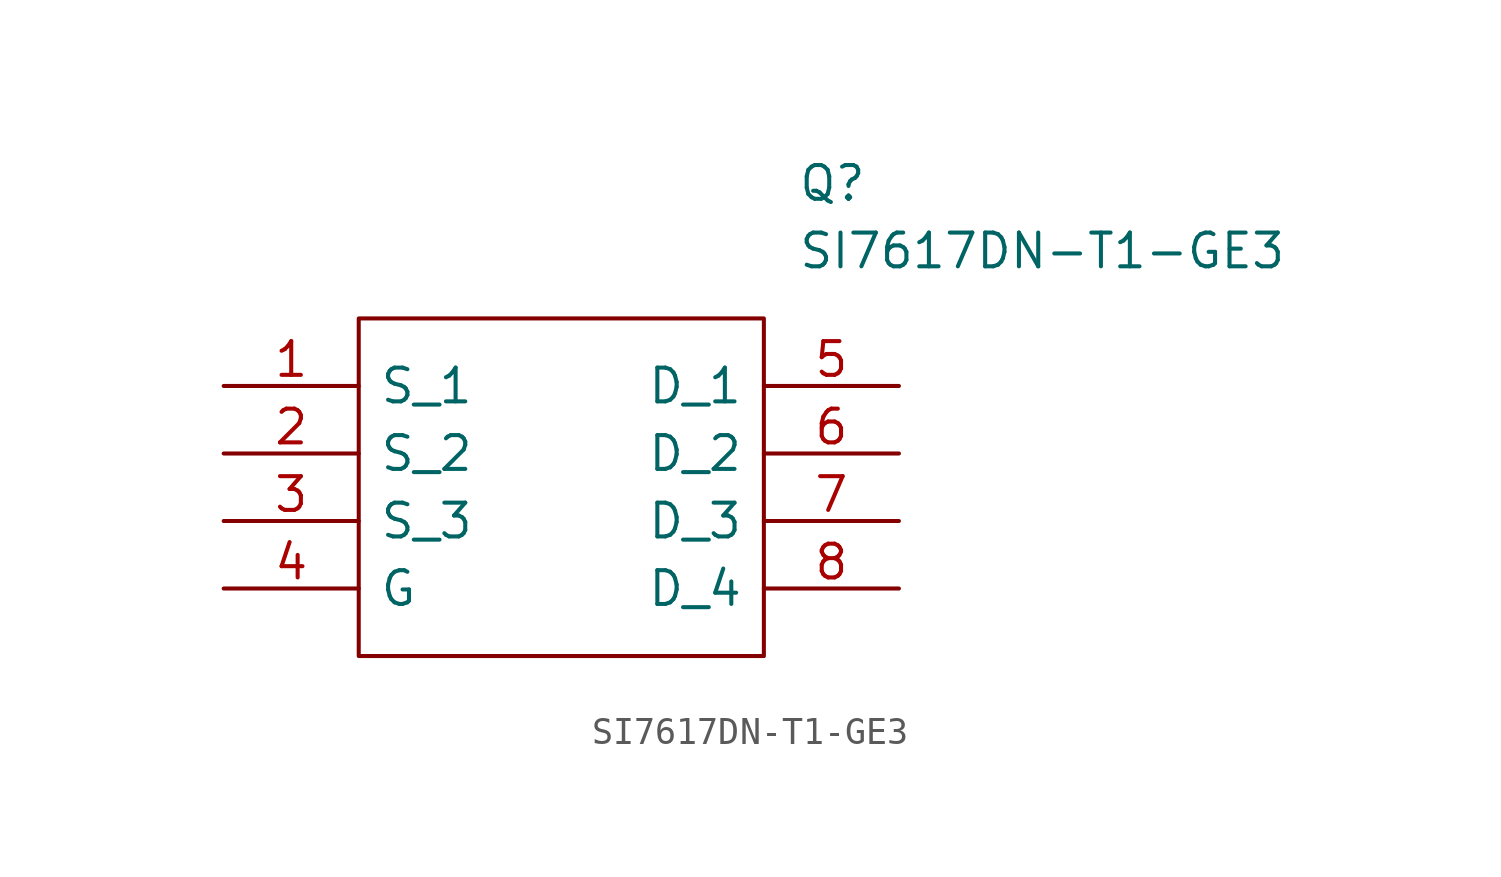
<source format=kicad_sym>
(kicad_symbol_lib
  (version 20211014)
  (generator kicad_symbol_editor)
  (symbol "SI7617DN-T1-GE3"
    (pin_names
      (offset 0.762))
    (property "Reference" "Q"
      (at 21.59 7.62 0)
      (effects (font (size 1.27 1.27)) (justify left)))
    (property "Value" "SI7617DN-T1-GE3"
      (at 21.59 5.08 0)
      (effects (font (size 1.27 1.27)) (justify left)))
    (symbol "SI7617DN-T1-GE3_0_0"
      (pin passive line (at 0 0 0) (length 5.08) (name "S_1" (effects (font (size 1.27 1.27)))) (number "1" (effects (font (size 1.27 1.27)))))
      (pin passive line (at 0 -2.54 0) (length 5.08) (name "S_2" (effects (font (size 1.27 1.27)))) (number "2" (effects (font (size 1.27 1.27)))))
      (pin passive line (at 0 -5.08 0) (length 5.08) (name "S_3" (effects (font (size 1.27 1.27)))) (number "3" (effects (font (size 1.27 1.27)))))
      (pin passive line (at 0 -7.62 0) (length 5.08) (name "G" (effects (font (size 1.27 1.27)))) (number "4" (effects (font (size 1.27 1.27)))))
      (pin passive line (at 25.4 0 180) (length 5.08) (name "D_1" (effects (font (size 1.27 1.27)))) (number "5" (effects (font (size 1.27 1.27)))))
      (pin passive line (at 25.4 -2.54 180) (length 5.08) (name "D_2" (effects (font (size 1.27 1.27)))) (number "6" (effects (font (size 1.27 1.27)))))
      (pin passive line (at 25.4 -5.08 180) (length 5.08) (name "D_3" (effects (font (size 1.27 1.27)))) (number "7" (effects (font (size 1.27 1.27)))))
      (pin passive line (at 25.4 -7.62 180) (length 5.08) (name "D_4" (effects (font (size 1.27 1.27)))) (number "8" (effects (font (size 1.27 1.27))))))
    (symbol "SI7617DN-T1-GE3_0_1"
      (polyline (pts (xy 5.08 2.54) (xy 20.32 2.54) (xy 20.32 -10.16) (xy 5.08 -10.16) (xy 5.08 2.54)) (stroke (width 0.152) (type default) (color 0 0 0 0)) (fill (type none))))))
</source>
